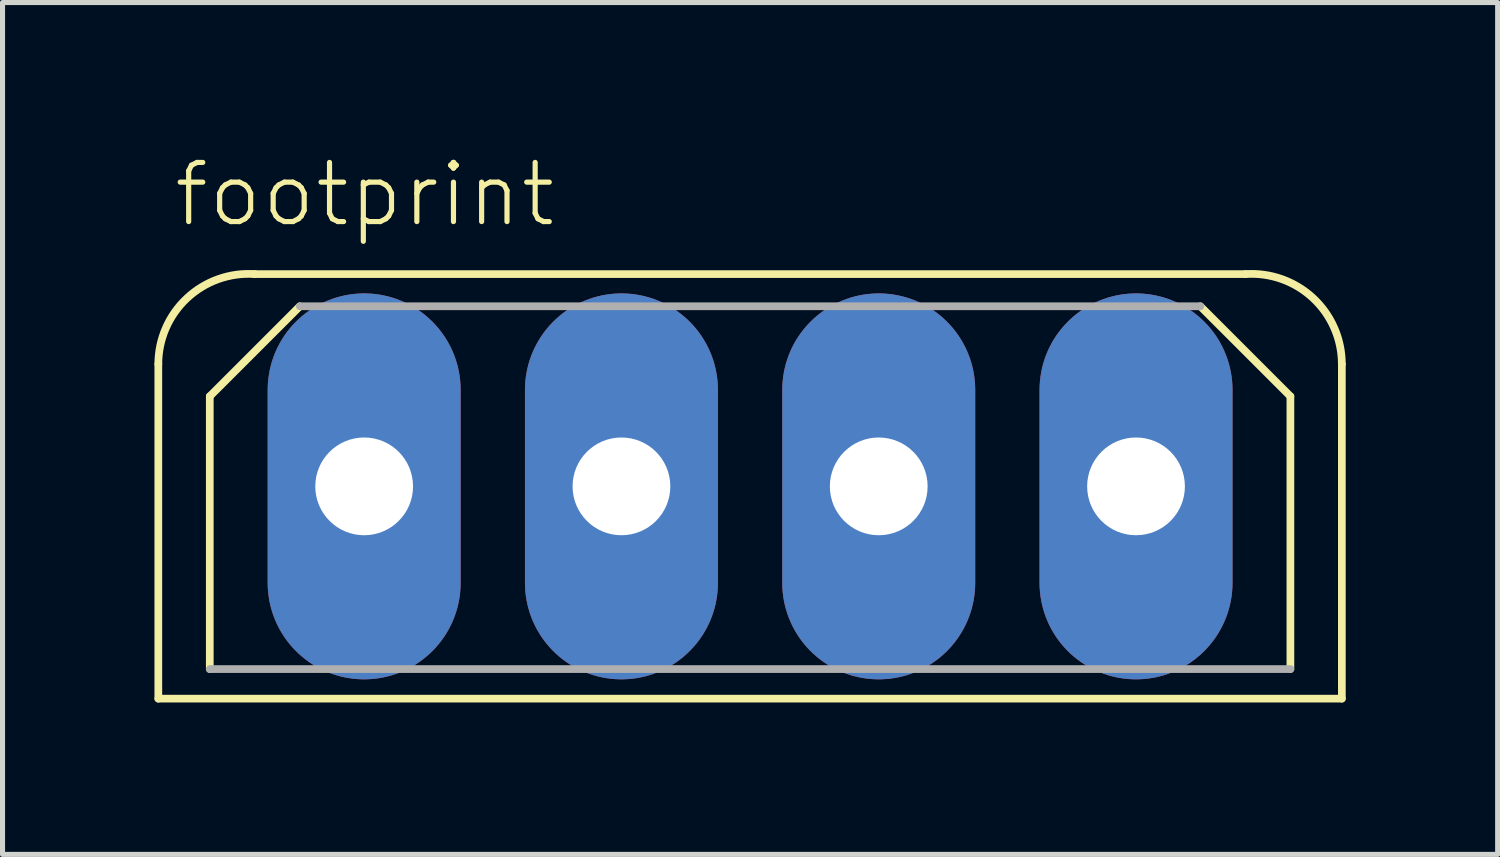
<source format=kicad_pcb>
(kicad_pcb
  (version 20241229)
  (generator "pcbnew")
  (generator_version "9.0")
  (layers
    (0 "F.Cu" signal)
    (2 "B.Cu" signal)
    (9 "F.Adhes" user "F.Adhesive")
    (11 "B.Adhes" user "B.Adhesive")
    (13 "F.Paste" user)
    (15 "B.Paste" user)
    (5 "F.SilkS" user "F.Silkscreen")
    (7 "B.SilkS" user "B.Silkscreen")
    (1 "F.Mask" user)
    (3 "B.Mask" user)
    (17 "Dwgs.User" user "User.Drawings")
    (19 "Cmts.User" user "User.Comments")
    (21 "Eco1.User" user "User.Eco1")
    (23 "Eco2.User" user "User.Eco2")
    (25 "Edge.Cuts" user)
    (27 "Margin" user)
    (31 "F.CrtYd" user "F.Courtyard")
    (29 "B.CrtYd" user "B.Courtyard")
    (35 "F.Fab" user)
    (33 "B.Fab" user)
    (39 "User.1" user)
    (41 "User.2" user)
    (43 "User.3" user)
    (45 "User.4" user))
  (footprint "footprint"
    (layer "F.Cu")
    (at 11.76 6.553)
    (property "Reference" "footprint" (at -11.43 -5.08 0) (layer "F.SilkS") (effects (font (size 1.168 1.168) (thickness 0.102)) (justify left bottom)))
    (fp_line (start -11.684 4.191) (end -11.684 -2.413) (stroke (width 0.152) (type solid)) (layer "F.SilkS"))
    (fp_line (start -10.668 -1.778) (end -10.668 3.607) (stroke (width 0.152) (type solid)) (layer "F.SilkS"))
    (fp_line (start -10.668 -1.778) (end -8.89 -3.556) (stroke (width 0.152) (type solid)) (layer "F.SilkS"))
    (fp_line (start 9.779 -4.191) (end -9.779 -4.191) (stroke (width 0.152) (type solid)) (layer "F.SilkS"))
    (fp_line (start 10.668 -1.778) (end 8.89 -3.556) (stroke (width 0.152) (type solid)) (layer "F.SilkS"))
    (fp_line (start 10.668 3.607) (end 10.668 -1.778) (stroke (width 0.152) (type solid)) (layer "F.SilkS"))
    (fp_line (start 11.684 -2.413) (end 11.684 4.191) (stroke (width 0.152) (type solid)) (layer "F.SilkS"))
    (fp_line (start 11.684 4.191) (end -11.684 4.191) (stroke (width 0.152) (type solid)) (layer "F.SilkS"))
    (fp_arc (start -11.684 -2.413) (mid -11.117831 -3.71598) (end -9.778999 -4.191201) (stroke (width 0.1524) (type solid)) (layer "F.SilkS"))
    (fp_arc (start 9.779 -4.191) (mid 11.117689 -3.715837) (end 11.683799 -2.412999) (stroke (width 0.1524) (type solid)) (layer "F.SilkS"))
    (fp_line (start -10.668 3.607) (end 10.668 3.607) (stroke (width 0.152) (type solid)) (layer "F.Fab"))
    (fp_line (start -8.89 -3.556) (end 8.89 -3.556) (stroke (width 0.152) (type solid)) (layer "F.Fab"))
    (pad "1" thru_hole oval (at 7.62 0 90) (size 7.62 3.81) (drill 1.93) (layers "*.Cu" "*.Mask"))
    (pad "2" thru_hole oval (at 2.54 0 90) (size 7.62 3.81) (drill 1.93) (layers "*.Cu" "*.Mask"))
    (pad "3" thru_hole oval (at -2.54 0 90) (size 7.62 3.81) (drill 1.93) (layers "*.Cu" "*.Mask"))
    (pad "4" thru_hole oval (at -7.62 0 90) (size 7.62 3.81) (drill 1.93) (layers "*.Cu" "*.Mask")))
  (gr_rect
    (start -3 -3)
    (end 26.52 13.82)
    (stroke (width 0.1) (type default))
    (fill no)
    (layer "Edge.Cuts")))
</source>
